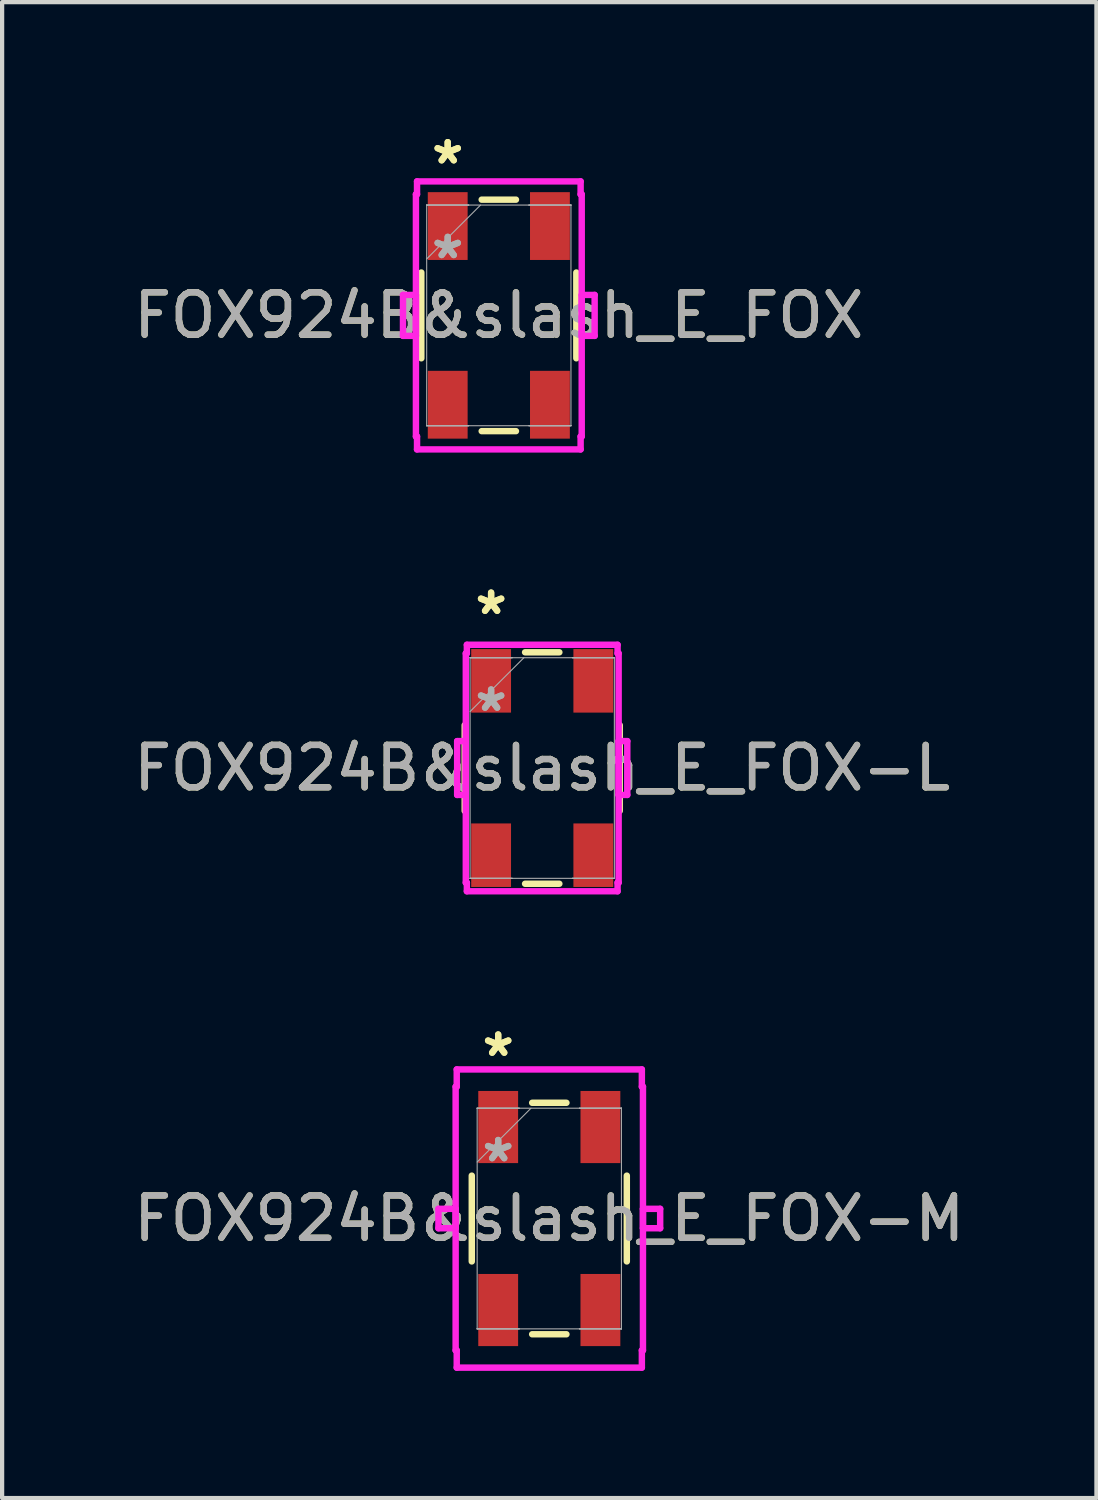
<source format=kicad_pcb>
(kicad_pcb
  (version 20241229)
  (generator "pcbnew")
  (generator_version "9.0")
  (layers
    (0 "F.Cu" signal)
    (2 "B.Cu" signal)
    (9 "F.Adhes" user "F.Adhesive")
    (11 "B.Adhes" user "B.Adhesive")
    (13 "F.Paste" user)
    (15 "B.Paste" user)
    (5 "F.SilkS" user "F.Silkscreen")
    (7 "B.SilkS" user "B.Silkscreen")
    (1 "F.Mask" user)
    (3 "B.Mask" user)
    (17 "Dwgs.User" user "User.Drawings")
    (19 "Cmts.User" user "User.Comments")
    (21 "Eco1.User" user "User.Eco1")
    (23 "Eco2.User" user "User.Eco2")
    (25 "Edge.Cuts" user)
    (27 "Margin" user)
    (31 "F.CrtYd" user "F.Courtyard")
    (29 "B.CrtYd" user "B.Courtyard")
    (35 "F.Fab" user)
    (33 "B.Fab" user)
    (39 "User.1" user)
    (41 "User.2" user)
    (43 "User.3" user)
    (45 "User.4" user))
  (footprint "FOX924B&slash_E_FOX-M"
    (layer "F.Cu")
    (at 9.911 25.702)
    (property "Reference" "FOX924B&slash_E_FOX-M" (at 0 0 0) (unlocked yes) (layer "F.SilkS") (effects (font (size 1 1) (thickness 0.15))))
    (attr smd)
    (fp_line (start -1.829 -1.012) (end -1.829 1.012) (stroke (width 0.152) (type solid)) (layer "F.SilkS"))
    (fp_line (start -0.404 2.731) (end 0.404 2.731) (stroke (width 0.152) (type solid)) (layer "F.SilkS"))
    (fp_line (start 0.404 -2.731) (end -0.404 -2.731) (stroke (width 0.152) (type solid)) (layer "F.SilkS"))
    (fp_line (start 1.829 1.012) (end 1.829 -1.012) (stroke (width 0.152) (type solid)) (layer "F.SilkS"))
    (fp_line (start -2.616 -0.229) (end -2.616 0.229) (stroke (width 0.152) (type solid)) (layer "F.CrtYd"))
    (fp_line (start -2.616 0.229) (end -2.21 0.229) (stroke (width 0.152) (type solid)) (layer "F.CrtYd"))
    (fp_line (start -2.21 -3.111) (end -2.184 -3.111) (stroke (width 0.152) (type solid)) (layer "F.CrtYd"))
    (fp_line (start -2.21 -0.229) (end -2.616 -0.229) (stroke (width 0.152) (type solid)) (layer "F.CrtYd"))
    (fp_line (start -2.21 0.229) (end -2.21 -3.111) (stroke (width 0.152) (type solid)) (layer "F.CrtYd"))
    (fp_line (start -2.21 3.111) (end -2.21 -0.229) (stroke (width 0.152) (type solid)) (layer "F.CrtYd"))
    (fp_line (start -2.184 -3.518) (end 2.184 -3.518) (stroke (width 0.152) (type solid)) (layer "F.CrtYd"))
    (fp_line (start -2.184 -3.111) (end -2.184 -3.518) (stroke (width 0.152) (type solid)) (layer "F.CrtYd"))
    (fp_line (start -2.184 3.111) (end -2.21 3.111) (stroke (width 0.152) (type solid)) (layer "F.CrtYd"))
    (fp_line (start -2.184 3.518) (end -2.184 3.111) (stroke (width 0.152) (type solid)) (layer "F.CrtYd"))
    (fp_line (start 2.184 -3.518) (end 2.184 -3.111) (stroke (width 0.152) (type solid)) (layer "F.CrtYd"))
    (fp_line (start 2.184 -3.111) (end 2.21 -3.111) (stroke (width 0.152) (type solid)) (layer "F.CrtYd"))
    (fp_line (start 2.184 3.111) (end 2.184 3.518) (stroke (width 0.152) (type solid)) (layer "F.CrtYd"))
    (fp_line (start 2.184 3.518) (end -2.184 3.518) (stroke (width 0.152) (type solid)) (layer "F.CrtYd"))
    (fp_line (start 2.21 -3.111) (end 2.21 0.229) (stroke (width 0.152) (type solid)) (layer "F.CrtYd"))
    (fp_line (start 2.21 -0.229) (end 2.21 3.111) (stroke (width 0.152) (type solid)) (layer "F.CrtYd"))
    (fp_line (start 2.21 0.229) (end 2.616 0.229) (stroke (width 0.152) (type solid)) (layer "F.CrtYd"))
    (fp_line (start 2.21 3.111) (end 2.184 3.111) (stroke (width 0.152) (type solid)) (layer "F.CrtYd"))
    (fp_line (start 2.616 -0.229) (end 2.21 -0.229) (stroke (width 0.152) (type solid)) (layer "F.CrtYd"))
    (fp_line (start 2.616 0.229) (end 2.616 -0.229) (stroke (width 0.152) (type solid)) (layer "F.CrtYd"))
    (fp_line (start -1.702 -2.603) (end -1.702 -2.603) (stroke (width 0.025) (type solid)) (layer "F.Fab"))
    (fp_line (start -1.702 -2.603) (end -1.702 -2.603) (stroke (width 0.025) (type solid)) (layer "F.Fab"))
    (fp_line (start -1.702 -2.603) (end -1.702 2.603) (stroke (width 0.025) (type solid)) (layer "F.Fab"))
    (fp_line (start -1.702 -2.603) (end -0.711 -2.603) (stroke (width 0.025) (type solid)) (layer "F.Fab"))
    (fp_line (start -1.702 -1.333) (end -0.432 -2.603) (stroke (width 0.025) (type solid)) (layer "F.Fab"))
    (fp_line (start -1.702 2.603) (end -1.702 2.603) (stroke (width 0.025) (type solid)) (layer "F.Fab"))
    (fp_line (start -1.702 2.603) (end -1.702 2.603) (stroke (width 0.025) (type solid)) (layer "F.Fab"))
    (fp_line (start -1.702 2.603) (end -0.711 2.603) (stroke (width 0.025) (type solid)) (layer "F.Fab"))
    (fp_line (start -1.702 2.603) (end 1.702 2.603) (stroke (width 0.025) (type solid)) (layer "F.Fab"))
    (fp_line (start -0.711 -2.603) (end -1.702 -2.603) (stroke (width 0.025) (type solid)) (layer "F.Fab"))
    (fp_line (start -0.711 -2.603) (end -0.711 -2.603) (stroke (width 0.025) (type solid)) (layer "F.Fab"))
    (fp_line (start -0.711 2.603) (end -1.702 2.603) (stroke (width 0.025) (type solid)) (layer "F.Fab"))
    (fp_line (start -0.711 2.603) (end -0.711 2.603) (stroke (width 0.025) (type solid)) (layer "F.Fab"))
    (fp_line (start 0.711 -2.603) (end 0.711 -2.603) (stroke (width 0.025) (type solid)) (layer "F.Fab"))
    (fp_line (start 0.711 -2.603) (end 1.702 -2.603) (stroke (width 0.025) (type solid)) (layer "F.Fab"))
    (fp_line (start 0.711 2.603) (end 0.711 2.603) (stroke (width 0.025) (type solid)) (layer "F.Fab"))
    (fp_line (start 0.711 2.603) (end 1.702 2.603) (stroke (width 0.025) (type solid)) (layer "F.Fab"))
    (fp_line (start 1.702 -2.603) (end -1.702 -2.603) (stroke (width 0.025) (type solid)) (layer "F.Fab"))
    (fp_line (start 1.702 -2.603) (end 0.711 -2.603) (stroke (width 0.025) (type solid)) (layer "F.Fab"))
    (fp_line (start 1.702 -2.603) (end 1.702 -2.603) (stroke (width 0.025) (type solid)) (layer "F.Fab"))
    (fp_line (start 1.702 -2.603) (end 1.702 -2.603) (stroke (width 0.025) (type solid)) (layer "F.Fab"))
    (fp_line (start 1.702 2.603) (end 0.711 2.603) (stroke (width 0.025) (type solid)) (layer "F.Fab"))
    (fp_line (start 1.702 2.603) (end 1.702 -2.603) (stroke (width 0.025) (type solid)) (layer "F.Fab"))
    (fp_line (start 1.702 2.603) (end 1.702 2.603) (stroke (width 0.025) (type solid)) (layer "F.Fab"))
    (fp_line (start 1.702 2.603) (end 1.702 2.603) (stroke (width 0.025) (type solid)) (layer "F.Fab"))
    (fp_text user "*" (at -1.206 -3.797 0) (unlocked yes) (layer "F.SilkS") (effects (font (size 1 1) (thickness 0.15))))
    (fp_text user "*" (at -1.206 -3.797 0) (layer "F.SilkS") (effects (font (size 1 1) (thickness 0.15))))
    (fp_text user "*" (at -1.206 -1.308 0) (layer "F.Fab") (effects (font (size 1 1) (thickness 0.15))))
    (fp_text user "*" (at -1.206 -1.308 0) (unlocked yes) (layer "F.Fab") (effects (font (size 1 1) (thickness 0.15))))
    (fp_text user "${REFERENCE}" (at 0 0 0) (unlocked yes) (layer "F.Fab") (effects (font (size 1 1) (thickness 0.15))))
    (pad "1" smd rect (at -1.206 -2.159) (size 0.94 1.702) (layers "F.Cu" "F.Mask" "F.Paste"))
    (pad "2" smd rect (at -1.206 2.159) (size 0.94 1.702) (layers "F.Cu" "F.Mask" "F.Paste"))
    (pad "3" smd rect (at 1.206 2.159) (size 0.94 1.702) (layers "F.Cu" "F.Mask" "F.Paste"))
    (pad "4" smd rect (at 1.206 -2.159) (size 0.94 1.702) (layers "F.Cu" "F.Mask" "F.Paste")))
  (footprint "FOX924B&slash_E_FOX"
    (layer "F.Cu")
    (at 8.72 4.392)
    (property "Reference" "FOX924B&slash_E_FOX" (at 0 0 0) (unlocked yes) (layer "F.SilkS") (effects (font (size 1 1) (thickness 0.15))))
    (attr smd)
    (fp_line (start -1.829 -1.012) (end -1.829 1.012) (stroke (width 0.152) (type solid)) (layer "F.SilkS"))
    (fp_line (start -0.404 2.731) (end 0.404 2.731) (stroke (width 0.152) (type solid)) (layer "F.SilkS"))
    (fp_line (start 0.404 -2.731) (end -0.404 -2.731) (stroke (width 0.152) (type solid)) (layer "F.SilkS"))
    (fp_line (start 1.829 1.012) (end 1.829 -1.012) (stroke (width 0.152) (type solid)) (layer "F.SilkS"))
    (fp_line (start -2.261 -0.483) (end -2.261 0.483) (stroke (width 0.152) (type solid)) (layer "F.CrtYd"))
    (fp_line (start -2.261 0.483) (end -1.956 0.483) (stroke (width 0.152) (type solid)) (layer "F.CrtYd"))
    (fp_line (start -1.956 -2.857) (end -1.93 -2.857) (stroke (width 0.152) (type solid)) (layer "F.CrtYd"))
    (fp_line (start -1.956 -0.483) (end -2.261 -0.483) (stroke (width 0.152) (type solid)) (layer "F.CrtYd"))
    (fp_line (start -1.956 0.483) (end -1.956 -2.857) (stroke (width 0.152) (type solid)) (layer "F.CrtYd"))
    (fp_line (start -1.956 2.857) (end -1.956 -0.483) (stroke (width 0.152) (type solid)) (layer "F.CrtYd"))
    (fp_line (start -1.93 -3.162) (end 1.93 -3.162) (stroke (width 0.152) (type solid)) (layer "F.CrtYd"))
    (fp_line (start -1.93 -2.857) (end -1.93 -3.162) (stroke (width 0.152) (type solid)) (layer "F.CrtYd"))
    (fp_line (start -1.93 2.857) (end -1.956 2.857) (stroke (width 0.152) (type solid)) (layer "F.CrtYd"))
    (fp_line (start -1.93 3.162) (end -1.93 2.857) (stroke (width 0.152) (type solid)) (layer "F.CrtYd"))
    (fp_line (start 1.93 -3.162) (end 1.93 -2.857) (stroke (width 0.152) (type solid)) (layer "F.CrtYd"))
    (fp_line (start 1.93 -2.857) (end 1.956 -2.857) (stroke (width 0.152) (type solid)) (layer "F.CrtYd"))
    (fp_line (start 1.93 2.857) (end 1.93 3.162) (stroke (width 0.152) (type solid)) (layer "F.CrtYd"))
    (fp_line (start 1.93 3.162) (end -1.93 3.162) (stroke (width 0.152) (type solid)) (layer "F.CrtYd"))
    (fp_line (start 1.956 -2.857) (end 1.956 0.483) (stroke (width 0.152) (type solid)) (layer "F.CrtYd"))
    (fp_line (start 1.956 -0.483) (end 1.956 2.857) (stroke (width 0.152) (type solid)) (layer "F.CrtYd"))
    (fp_line (start 1.956 0.483) (end 2.261 0.483) (stroke (width 0.152) (type solid)) (layer "F.CrtYd"))
    (fp_line (start 1.956 2.857) (end 1.93 2.857) (stroke (width 0.152) (type solid)) (layer "F.CrtYd"))
    (fp_line (start 2.261 -0.483) (end 1.956 -0.483) (stroke (width 0.152) (type solid)) (layer "F.CrtYd"))
    (fp_line (start 2.261 0.483) (end 2.261 -0.483) (stroke (width 0.152) (type solid)) (layer "F.CrtYd"))
    (fp_line (start -1.702 -2.603) (end -1.702 -2.603) (stroke (width 0.025) (type solid)) (layer "F.Fab"))
    (fp_line (start -1.702 -2.603) (end -1.702 -2.603) (stroke (width 0.025) (type solid)) (layer "F.Fab"))
    (fp_line (start -1.702 -2.603) (end -1.702 2.603) (stroke (width 0.025) (type solid)) (layer "F.Fab"))
    (fp_line (start -1.702 -2.603) (end -0.711 -2.603) (stroke (width 0.025) (type solid)) (layer "F.Fab"))
    (fp_line (start -1.702 -1.333) (end -0.432 -2.603) (stroke (width 0.025) (type solid)) (layer "F.Fab"))
    (fp_line (start -1.702 2.603) (end -1.702 2.603) (stroke (width 0.025) (type solid)) (layer "F.Fab"))
    (fp_line (start -1.702 2.603) (end -1.702 2.603) (stroke (width 0.025) (type solid)) (layer "F.Fab"))
    (fp_line (start -1.702 2.603) (end -0.711 2.603) (stroke (width 0.025) (type solid)) (layer "F.Fab"))
    (fp_line (start -1.702 2.603) (end 1.702 2.603) (stroke (width 0.025) (type solid)) (layer "F.Fab"))
    (fp_line (start -0.711 -2.603) (end -1.702 -2.603) (stroke (width 0.025) (type solid)) (layer "F.Fab"))
    (fp_line (start -0.711 -2.603) (end -0.711 -2.603) (stroke (width 0.025) (type solid)) (layer "F.Fab"))
    (fp_line (start -0.711 2.603) (end -1.702 2.603) (stroke (width 0.025) (type solid)) (layer "F.Fab"))
    (fp_line (start -0.711 2.603) (end -0.711 2.603) (stroke (width 0.025) (type solid)) (layer "F.Fab"))
    (fp_line (start 0.711 -2.603) (end 0.711 -2.603) (stroke (width 0.025) (type solid)) (layer "F.Fab"))
    (fp_line (start 0.711 -2.603) (end 1.702 -2.603) (stroke (width 0.025) (type solid)) (layer "F.Fab"))
    (fp_line (start 0.711 2.603) (end 0.711 2.603) (stroke (width 0.025) (type solid)) (layer "F.Fab"))
    (fp_line (start 0.711 2.603) (end 1.702 2.603) (stroke (width 0.025) (type solid)) (layer "F.Fab"))
    (fp_line (start 1.702 -2.603) (end -1.702 -2.603) (stroke (width 0.025) (type solid)) (layer "F.Fab"))
    (fp_line (start 1.702 -2.603) (end 0.711 -2.603) (stroke (width 0.025) (type solid)) (layer "F.Fab"))
    (fp_line (start 1.702 -2.603) (end 1.702 -2.603) (stroke (width 0.025) (type solid)) (layer "F.Fab"))
    (fp_line (start 1.702 -2.603) (end 1.702 -2.603) (stroke (width 0.025) (type solid)) (layer "F.Fab"))
    (fp_line (start 1.702 2.603) (end 0.711 2.603) (stroke (width 0.025) (type solid)) (layer "F.Fab"))
    (fp_line (start 1.702 2.603) (end 1.702 -2.603) (stroke (width 0.025) (type solid)) (layer "F.Fab"))
    (fp_line (start 1.702 2.603) (end 1.702 2.603) (stroke (width 0.025) (type solid)) (layer "F.Fab"))
    (fp_line (start 1.702 2.603) (end 1.702 2.603) (stroke (width 0.025) (type solid)) (layer "F.Fab"))
    (fp_text user "*" (at -1.206 -3.543 0) (unlocked yes) (layer "F.SilkS") (effects (font (size 1 1) (thickness 0.15))))
    (fp_text user "*" (at -1.206 -3.543 0) (layer "F.SilkS") (effects (font (size 1 1) (thickness 0.15))))
    (fp_text user "${REFERENCE}" (at 0 0 0) (unlocked yes) (layer "F.Fab") (effects (font (size 1 1) (thickness 0.15))))
    (fp_text user "*" (at -1.206 -1.308 0) (layer "F.Fab") (effects (font (size 1 1) (thickness 0.15))))
    (fp_text user "*" (at -1.206 -1.308 0) (unlocked yes) (layer "F.Fab") (effects (font (size 1 1) (thickness 0.15))))
    (pad "1" smd rect (at -1.206 -2.108) (size 0.94 1.6) (layers "F.Cu" "F.Mask" "F.Paste"))
    (pad "2" smd rect (at -1.206 2.108) (size 0.94 1.6) (layers "F.Cu" "F.Mask" "F.Paste"))
    (pad "3" smd rect (at 1.206 2.108) (size 0.94 1.6) (layers "F.Cu" "F.Mask" "F.Paste"))
    (pad "4" smd rect (at 1.206 -2.108) (size 0.94 1.6) (layers "F.Cu" "F.Mask" "F.Paste")))
  (footprint "FOX924B&slash_E_FOX-L"
    (layer "F.Cu")
    (at 9.744 15.072)
    (property "Reference" "FOX924B&slash_E_FOX-L" (at 0 0 0) (unlocked yes) (layer "F.SilkS") (effects (font (size 1 1) (thickness 0.15))))
    (attr smd)
    (fp_line (start -1.829 -1.012) (end -1.829 1.012) (stroke (width 0.152) (type solid)) (layer "F.SilkS"))
    (fp_line (start -0.404 2.731) (end 0.404 2.731) (stroke (width 0.152) (type solid)) (layer "F.SilkS"))
    (fp_line (start 0.404 -2.731) (end -0.404 -2.731) (stroke (width 0.152) (type solid)) (layer "F.SilkS"))
    (fp_line (start 1.829 1.012) (end 1.829 -1.012) (stroke (width 0.152) (type solid)) (layer "F.SilkS"))
    (fp_line (start -2.007 -0.635) (end -2.007 0.635) (stroke (width 0.152) (type solid)) (layer "F.CrtYd"))
    (fp_line (start -2.007 0.635) (end -1.803 0.635) (stroke (width 0.152) (type solid)) (layer "F.CrtYd"))
    (fp_line (start -1.803 -2.705) (end -1.778 -2.705) (stroke (width 0.152) (type solid)) (layer "F.CrtYd"))
    (fp_line (start -1.803 -0.635) (end -2.007 -0.635) (stroke (width 0.152) (type solid)) (layer "F.CrtYd"))
    (fp_line (start -1.803 0.635) (end -1.803 -2.705) (stroke (width 0.152) (type solid)) (layer "F.CrtYd"))
    (fp_line (start -1.803 2.705) (end -1.803 -0.635) (stroke (width 0.152) (type solid)) (layer "F.CrtYd"))
    (fp_line (start -1.778 -2.908) (end 1.778 -2.908) (stroke (width 0.152) (type solid)) (layer "F.CrtYd"))
    (fp_line (start -1.778 -2.705) (end -1.778 -2.908) (stroke (width 0.152) (type solid)) (layer "F.CrtYd"))
    (fp_line (start -1.778 2.705) (end -1.803 2.705) (stroke (width 0.152) (type solid)) (layer "F.CrtYd"))
    (fp_line (start -1.778 2.908) (end -1.778 2.705) (stroke (width 0.152) (type solid)) (layer "F.CrtYd"))
    (fp_line (start 1.778 -2.908) (end 1.778 -2.705) (stroke (width 0.152) (type solid)) (layer "F.CrtYd"))
    (fp_line (start 1.778 -2.705) (end 1.803 -2.705) (stroke (width 0.152) (type solid)) (layer "F.CrtYd"))
    (fp_line (start 1.778 2.705) (end 1.778 2.908) (stroke (width 0.152) (type solid)) (layer "F.CrtYd"))
    (fp_line (start 1.778 2.908) (end -1.778 2.908) (stroke (width 0.152) (type solid)) (layer "F.CrtYd"))
    (fp_line (start 1.803 -2.705) (end 1.803 0.635) (stroke (width 0.152) (type solid)) (layer "F.CrtYd"))
    (fp_line (start 1.803 -0.635) (end 1.803 2.705) (stroke (width 0.152) (type solid)) (layer "F.CrtYd"))
    (fp_line (start 1.803 0.635) (end 2.007 0.635) (stroke (width 0.152) (type solid)) (layer "F.CrtYd"))
    (fp_line (start 1.803 2.705) (end 1.778 2.705) (stroke (width 0.152) (type solid)) (layer "F.CrtYd"))
    (fp_line (start 2.007 -0.635) (end 1.803 -0.635) (stroke (width 0.152) (type solid)) (layer "F.CrtYd"))
    (fp_line (start 2.007 0.635) (end 2.007 -0.635) (stroke (width 0.152) (type solid)) (layer "F.CrtYd"))
    (fp_line (start -1.702 -2.603) (end -1.702 -2.603) (stroke (width 0.025) (type solid)) (layer "F.Fab"))
    (fp_line (start -1.702 -2.603) (end -1.702 -2.603) (stroke (width 0.025) (type solid)) (layer "F.Fab"))
    (fp_line (start -1.702 -2.603) (end -1.702 2.603) (stroke (width 0.025) (type solid)) (layer "F.Fab"))
    (fp_line (start -1.702 -2.603) (end -0.711 -2.603) (stroke (width 0.025) (type solid)) (layer "F.Fab"))
    (fp_line (start -1.702 -1.333) (end -0.432 -2.603) (stroke (width 0.025) (type solid)) (layer "F.Fab"))
    (fp_line (start -1.702 2.603) (end -1.702 2.603) (stroke (width 0.025) (type solid)) (layer "F.Fab"))
    (fp_line (start -1.702 2.603) (end -1.702 2.603) (stroke (width 0.025) (type solid)) (layer "F.Fab"))
    (fp_line (start -1.702 2.603) (end -0.711 2.603) (stroke (width 0.025) (type solid)) (layer "F.Fab"))
    (fp_line (start -1.702 2.603) (end 1.702 2.603) (stroke (width 0.025) (type solid)) (layer "F.Fab"))
    (fp_line (start -0.711 -2.603) (end -1.702 -2.603) (stroke (width 0.025) (type solid)) (layer "F.Fab"))
    (fp_line (start -0.711 -2.603) (end -0.711 -2.603) (stroke (width 0.025) (type solid)) (layer "F.Fab"))
    (fp_line (start -0.711 2.603) (end -1.702 2.603) (stroke (width 0.025) (type solid)) (layer "F.Fab"))
    (fp_line (start -0.711 2.603) (end -0.711 2.603) (stroke (width 0.025) (type solid)) (layer "F.Fab"))
    (fp_line (start 0.711 -2.603) (end 0.711 -2.603) (stroke (width 0.025) (type solid)) (layer "F.Fab"))
    (fp_line (start 0.711 -2.603) (end 1.702 -2.603) (stroke (width 0.025) (type solid)) (layer "F.Fab"))
    (fp_line (start 0.711 2.603) (end 0.711 2.603) (stroke (width 0.025) (type solid)) (layer "F.Fab"))
    (fp_line (start 0.711 2.603) (end 1.702 2.603) (stroke (width 0.025) (type solid)) (layer "F.Fab"))
    (fp_line (start 1.702 -2.603) (end -1.702 -2.603) (stroke (width 0.025) (type solid)) (layer "F.Fab"))
    (fp_line (start 1.702 -2.603) (end 0.711 -2.603) (stroke (width 0.025) (type solid)) (layer "F.Fab"))
    (fp_line (start 1.702 -2.603) (end 1.702 -2.603) (stroke (width 0.025) (type solid)) (layer "F.Fab"))
    (fp_line (start 1.702 -2.603) (end 1.702 -2.603) (stroke (width 0.025) (type solid)) (layer "F.Fab"))
    (fp_line (start 1.702 2.603) (end 0.711 2.603) (stroke (width 0.025) (type solid)) (layer "F.Fab"))
    (fp_line (start 1.702 2.603) (end 1.702 -2.603) (stroke (width 0.025) (type solid)) (layer "F.Fab"))
    (fp_line (start 1.702 2.603) (end 1.702 2.603) (stroke (width 0.025) (type solid)) (layer "F.Fab"))
    (fp_line (start 1.702 2.603) (end 1.702 2.603) (stroke (width 0.025) (type solid)) (layer "F.Fab"))
    (fp_text user "*" (at -1.206 -3.594 0) (unlocked yes) (layer "F.SilkS") (effects (font (size 1 1) (thickness 0.15))))
    (fp_text user "*" (at -1.206 -3.594 0) (layer "F.SilkS") (effects (font (size 1 1) (thickness 0.15))))
    (fp_text user "*" (at -1.206 -1.308 0) (unlocked yes) (layer "F.Fab") (effects (font (size 1 1) (thickness 0.15))))
    (fp_text user "${REFERENCE}" (at 0 0 0) (unlocked yes) (layer "F.Fab") (effects (font (size 1 1) (thickness 0.15))))
    (fp_text user "*" (at -1.206 -1.308 0) (layer "F.Fab") (effects (font (size 1 1) (thickness 0.15))))
    (pad "1" smd rect (at -1.206 -2.057) (size 0.94 1.499) (layers "F.Cu" "F.Mask" "F.Paste"))
    (pad "2" smd rect (at -1.206 2.057) (size 0.94 1.499) (layers "F.Cu" "F.Mask" "F.Paste"))
    (pad "3" smd rect (at 1.206 2.057) (size 0.94 1.499) (layers "F.Cu" "F.Mask" "F.Paste"))
    (pad "4" smd rect (at 1.206 -2.057) (size 0.94 1.499) (layers "F.Cu" "F.Mask" "F.Paste")))
  (gr_rect
    (start -3 -3)
    (end 22.821 32.297)
    (stroke (width 0.1) (type default))
    (fill no)
    (layer "Edge.Cuts")))
</source>
